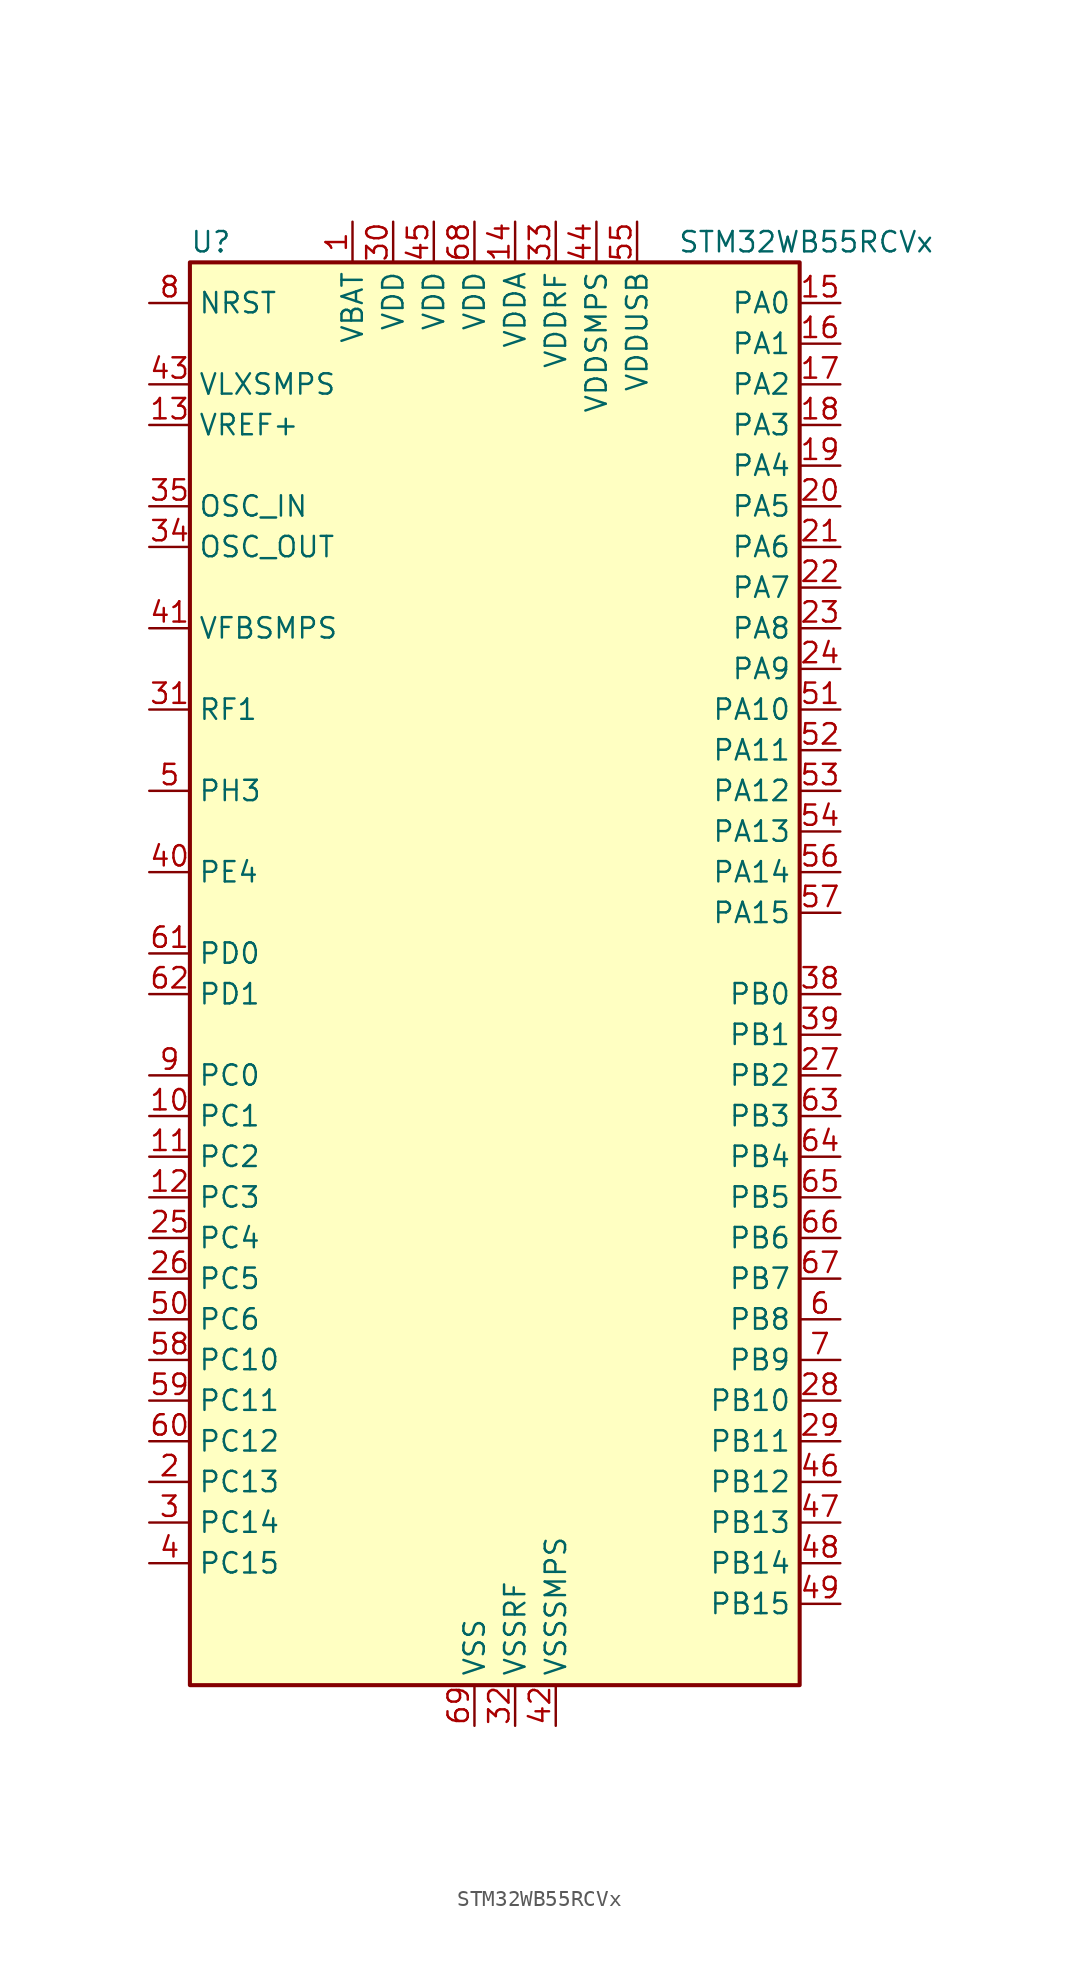
<source format=kicad_sym>
(kicad_symbol_lib
  (version 20220914)
  (generator kicad_symbol_editor)
  (symbol "STM32WB55RCVx"
    (property "Reference" "U"
      (at -17.78 46.99 0)
      (effects (font (size 1.27 1.27)) (justify left)))
    (property "Value" "STM32WB55RCVx"
      (at 12.7 46.99 0)
      (effects (font (size 1.27 1.27)) (justify left)))
    (property "ki_locked" ""
      (at 0 0 0)
      (effects (font (size 1.27 1.27))))
    (symbol "STM32WB55RCVx_0_1"
      (rectangle (start -17.78 -43.18) (end 20.32 45.72) (stroke (width 0.254) (type default)) (fill (type background))))
    (symbol "STM32WB55RCVx_1_1"
      (pin power_in line (at -7.62 48.26 270) (length 2.54) (name "VBAT" (effects (font (size 1.27 1.27)))) (number "1" (effects (font (size 1.27 1.27)))))
      (pin bidirectional line (at -20.32 -7.62 0) (length 2.54) (name "PC1" (effects (font (size 1.27 1.27)))) (number "10" (effects (font (size 1.27 1.27)))) (alternate "ADC1_IN2" bidirectional line) (alternate "I2C3_SDA" bidirectional line) (alternate "LCD_SEG19" bidirectional line) (alternate "LPTIM1_OUT" bidirectional line) (alternate "LPUART1_TX" bidirectional line) (alternate "SPI2_MOSI" bidirectional line))
      (pin bidirectional line (at -20.32 -10.16 0) (length 2.54) (name "PC2" (effects (font (size 1.27 1.27)))) (number "11" (effects (font (size 1.27 1.27)))) (alternate "ADC1_IN3" bidirectional line) (alternate "LCD_SEG20" bidirectional line) (alternate "LPTIM1_IN2" bidirectional line) (alternate "SPI2_MISO" bidirectional line))
      (pin bidirectional line (at -20.32 -12.7 0) (length 2.54) (name "PC3" (effects (font (size 1.27 1.27)))) (number "12" (effects (font (size 1.27 1.27)))) (alternate "ADC1_IN4" bidirectional line) (alternate "LCD_VLCD" bidirectional line) (alternate "LPTIM1_ETR" bidirectional line) (alternate "LPTIM2_ETR" bidirectional line) (alternate "SAI1_D1" bidirectional line) (alternate "SAI1_SD_A" bidirectional line) (alternate "SPI2_MOSI" bidirectional line))
      (pin input line (at -20.32 35.56 0) (length 2.54) (name "VREF+" (effects (font (size 1.27 1.27)))) (number "13" (effects (font (size 1.27 1.27)))) (alternate "VREFBUF_OUT" bidirectional line))
      (pin power_in line (at 2.54 48.26 270) (length 2.54) (name "VDDA" (effects (font (size 1.27 1.27)))) (number "14" (effects (font (size 1.27 1.27)))))
      (pin bidirectional line (at 22.86 43.18 180) (length 2.54) (name "PA0" (effects (font (size 1.27 1.27)))) (number "15" (effects (font (size 1.27 1.27)))) (alternate "ADC1_IN5" bidirectional line) (alternate "COMP1_INM" bidirectional line) (alternate "COMP1_OUT" bidirectional line) (alternate "RTC_TAMP2" bidirectional line) (alternate "SAI1_EXTCLK" bidirectional line) (alternate "SYS_WKUP1" bidirectional line) (alternate "TIM2_CH1" bidirectional line) (alternate "TIM2_ETR" bidirectional line))
      (pin bidirectional line (at 22.86 40.64 180) (length 2.54) (name "PA1" (effects (font (size 1.27 1.27)))) (number "16" (effects (font (size 1.27 1.27)))) (alternate "ADC1_IN6" bidirectional line) (alternate "COMP1_INP" bidirectional line) (alternate "I2C1_SMBA" bidirectional line) (alternate "LCD_SEG0" bidirectional line) (alternate "SPI1_SCK" bidirectional line) (alternate "TIM2_CH2" bidirectional line))
      (pin bidirectional line (at 22.86 38.1 180) (length 2.54) (name "PA2" (effects (font (size 1.27 1.27)))) (number "17" (effects (font (size 1.27 1.27)))) (alternate "ADC1_IN7" bidirectional line) (alternate "COMP2_INM" bidirectional line) (alternate "COMP2_OUT" bidirectional line) (alternate "LCD_SEG1" bidirectional line) (alternate "LPUART1_TX" bidirectional line) (alternate "QUADSPI_BK1_NCS" bidirectional line) (alternate "RCC_LSCO" bidirectional line) (alternate "SYS_WKUP4" bidirectional line) (alternate "TIM2_CH3" bidirectional line))
      (pin bidirectional line (at 22.86 35.56 180) (length 2.54) (name "PA3" (effects (font (size 1.27 1.27)))) (number "18" (effects (font (size 1.27 1.27)))) (alternate "ADC1_IN8" bidirectional line) (alternate "COMP2_INP" bidirectional line) (alternate "LCD_SEG2" bidirectional line) (alternate "LPUART1_RX" bidirectional line) (alternate "QUADSPI_CLK" bidirectional line) (alternate "SAI1_CK1" bidirectional line) (alternate "SAI1_MCLK_A" bidirectional line) (alternate "TIM2_CH4" bidirectional line))
      (pin bidirectional line (at 22.86 33.02 180) (length 2.54) (name "PA4" (effects (font (size 1.27 1.27)))) (number "19" (effects (font (size 1.27 1.27)))) (alternate "ADC1_IN9" bidirectional line) (alternate "COMP1_INM" bidirectional line) (alternate "COMP2_INM" bidirectional line) (alternate "LCD_SEG5" bidirectional line) (alternate "LPTIM2_OUT" bidirectional line) (alternate "SAI1_FS_B" bidirectional line) (alternate "SPI1_NSS" bidirectional line))
      (pin bidirectional line (at -20.32 -30.48 0) (length 2.54) (name "PC13" (effects (font (size 1.27 1.27)))) (number "2" (effects (font (size 1.27 1.27)))) (alternate "RTC_OUT1" bidirectional line) (alternate "RTC_TAMP1" bidirectional line) (alternate "RTC_TS" bidirectional line) (alternate "SYS_WKUP2" bidirectional line))
      (pin bidirectional line (at 22.86 30.48 180) (length 2.54) (name "PA5" (effects (font (size 1.27 1.27)))) (number "20" (effects (font (size 1.27 1.27)))) (alternate "ADC1_IN10" bidirectional line) (alternate "COMP1_INM" bidirectional line) (alternate "COMP2_INM" bidirectional line) (alternate "LPTIM2_ETR" bidirectional line) (alternate "SAI1_SD_B" bidirectional line) (alternate "SPI1_SCK" bidirectional line) (alternate "TIM2_CH1" bidirectional line) (alternate "TIM2_ETR" bidirectional line))
      (pin bidirectional line (at 22.86 27.94 180) (length 2.54) (name "PA6" (effects (font (size 1.27 1.27)))) (number "21" (effects (font (size 1.27 1.27)))) (alternate "ADC1_IN11" bidirectional line) (alternate "LCD_SEG3" bidirectional line) (alternate "LPUART1_CTS" bidirectional line) (alternate "QUADSPI_BK1_IO3" bidirectional line) (alternate "SPI1_MISO" bidirectional line) (alternate "TIM16_CH1" bidirectional line) (alternate "TIM1_BKIN" bidirectional line))
      (pin bidirectional line (at 22.86 25.4 180) (length 2.54) (name "PA7" (effects (font (size 1.27 1.27)))) (number "22" (effects (font (size 1.27 1.27)))) (alternate "ADC1_IN12" bidirectional line) (alternate "COMP2_OUT" bidirectional line) (alternate "I2C3_SCL" bidirectional line) (alternate "LCD_SEG4" bidirectional line) (alternate "QUADSPI_BK1_IO2" bidirectional line) (alternate "SPI1_MOSI" bidirectional line) (alternate "TIM17_CH1" bidirectional line) (alternate "TIM1_CH1N" bidirectional line))
      (pin bidirectional line (at 22.86 22.86 180) (length 2.54) (name "PA8" (effects (font (size 1.27 1.27)))) (number "23" (effects (font (size 1.27 1.27)))) (alternate "ADC1_IN15" bidirectional line) (alternate "LCD_COM0" bidirectional line) (alternate "LPTIM2_OUT" bidirectional line) (alternate "RCC_MCO" bidirectional line) (alternate "SAI1_CK2" bidirectional line) (alternate "SAI1_SCK_A" bidirectional line) (alternate "TIM1_CH1" bidirectional line) (alternate "USART1_CK" bidirectional line))
      (pin bidirectional line (at 22.86 20.32 180) (length 2.54) (name "PA9" (effects (font (size 1.27 1.27)))) (number "24" (effects (font (size 1.27 1.27)))) (alternate "ADC1_IN16" bidirectional line) (alternate "COMP1_INM" bidirectional line) (alternate "I2C1_SCL" bidirectional line) (alternate "LCD_COM1" bidirectional line) (alternate "SAI1_D2" bidirectional line) (alternate "SAI1_FS_A" bidirectional line) (alternate "SPI2_SCK" bidirectional line) (alternate "TIM1_CH2" bidirectional line) (alternate "USART1_TX" bidirectional line))
      (pin bidirectional line (at -20.32 -15.24 0) (length 2.54) (name "PC4" (effects (font (size 1.27 1.27)))) (number "25" (effects (font (size 1.27 1.27)))) (alternate "ADC1_IN13" bidirectional line) (alternate "COMP1_INM" bidirectional line) (alternate "LCD_SEG22" bidirectional line))
      (pin bidirectional line (at -20.32 -17.78 0) (length 2.54) (name "PC5" (effects (font (size 1.27 1.27)))) (number "26" (effects (font (size 1.27 1.27)))) (alternate "ADC1_IN14" bidirectional line) (alternate "COMP1_INP" bidirectional line) (alternate "LCD_SEG23" bidirectional line) (alternate "SAI1_D3" bidirectional line) (alternate "SYS_WKUP5" bidirectional line))
      (pin bidirectional line (at 22.86 -5.08 180) (length 2.54) (name "PB2" (effects (font (size 1.27 1.27)))) (number "27" (effects (font (size 1.27 1.27)))) (alternate "COMP1_INP" bidirectional line) (alternate "I2C3_SMBA" bidirectional line) (alternate "LCD_VLCD" bidirectional line) (alternate "LPTIM1_OUT" bidirectional line) (alternate "RTC_OUT2" bidirectional line) (alternate "SAI1_EXTCLK" bidirectional line) (alternate "SPI1_NSS" bidirectional line))
      (pin bidirectional line (at 22.86 -25.4 180) (length 2.54) (name "PB10" (effects (font (size 1.27 1.27)))) (number "28" (effects (font (size 1.27 1.27)))) (alternate "COMP1_OUT" bidirectional line) (alternate "I2C3_SCL" bidirectional line) (alternate "LCD_SEG10" bidirectional line) (alternate "LPUART1_RX" bidirectional line) (alternate "QUADSPI_CLK" bidirectional line) (alternate "SAI1_SCK_A" bidirectional line) (alternate "SPI2_SCK" bidirectional line) (alternate "TIM2_CH3" bidirectional line) (alternate "TSC_SYNC" bidirectional line))
      (pin bidirectional line (at 22.86 -27.94 180) (length 2.54) (name "PB11" (effects (font (size 1.27 1.27)))) (number "29" (effects (font (size 1.27 1.27)))) (alternate "ADC1_EXTI11" bidirectional line) (alternate "COMP2_OUT" bidirectional line) (alternate "I2C3_SDA" bidirectional line) (alternate "LCD_SEG11" bidirectional line) (alternate "LPUART1_TX" bidirectional line) (alternate "QUADSPI_BK1_NCS" bidirectional line) (alternate "TIM2_CH4" bidirectional line))
      (pin bidirectional line (at -20.32 -33.02 0) (length 2.54) (name "PC14" (effects (font (size 1.27 1.27)))) (number "3" (effects (font (size 1.27 1.27)))) (alternate "RCC_OSC32_IN" bidirectional line))
      (pin power_in line (at -5.08 48.26 270) (length 2.54) (name "VDD" (effects (font (size 1.27 1.27)))) (number "30" (effects (font (size 1.27 1.27)))))
      (pin bidirectional line (at -20.32 17.78 0) (length 2.54) (name "RF1" (effects (font (size 1.27 1.27)))) (number "31" (effects (font (size 1.27 1.27)))) (alternate "RF_RF1" bidirectional line))
      (pin power_in line (at 2.54 -45.72 90) (length 2.54) (name "VSSRF" (effects (font (size 1.27 1.27)))) (number "32" (effects (font (size 1.27 1.27)))))
      (pin power_in line (at 5.08 48.26 270) (length 2.54) (name "VDDRF" (effects (font (size 1.27 1.27)))) (number "33" (effects (font (size 1.27 1.27)))))
      (pin input line (at -20.32 27.94 0) (length 2.54) (name "OSC_OUT" (effects (font (size 1.27 1.27)))) (number "34" (effects (font (size 1.27 1.27)))) (alternate "RCC_OSC_OUT" bidirectional line))
      (pin input line (at -20.32 30.48 0) (length 2.54) (name "OSC_IN" (effects (font (size 1.27 1.27)))) (number "35" (effects (font (size 1.27 1.27)))) (alternate "RCC_OSC_IN" bidirectional line))
      (pin no_connect line (at -17.78 -43.18 0) (length 2.54) hide (name "AT0" (effects (font (size 1.27 1.27)))) (number "36" (effects (font (size 1.27 1.27)))))
      (pin no_connect line (at -17.78 -40.64 0) (length 2.54) hide (name "AT1" (effects (font (size 1.27 1.27)))) (number "37" (effects (font (size 1.27 1.27)))))
      (pin bidirectional line (at 22.86 0 180) (length 2.54) (name "PB0" (effects (font (size 1.27 1.27)))) (number "38" (effects (font (size 1.27 1.27)))) (alternate "COMP1_OUT" bidirectional line) (alternate "RF_TX_MOD_EXT_PA" bidirectional line))
      (pin bidirectional line (at 22.86 -2.54 180) (length 2.54) (name "PB1" (effects (font (size 1.27 1.27)))) (number "39" (effects (font (size 1.27 1.27)))) (alternate "LPTIM2_IN1" bidirectional line) (alternate "LPUART1_DE" bidirectional line) (alternate "LPUART1_RTS" bidirectional line))
      (pin bidirectional line (at -20.32 -35.56 0) (length 2.54) (name "PC15" (effects (font (size 1.27 1.27)))) (number "4" (effects (font (size 1.27 1.27)))) (alternate "ADC1_EXTI15" bidirectional line) (alternate "RCC_OSC32_OUT" bidirectional line))
      (pin bidirectional line (at -20.32 7.62 0) (length 2.54) (name "PE4" (effects (font (size 1.27 1.27)))) (number "40" (effects (font (size 1.27 1.27)))))
      (pin input line (at -20.32 22.86 0) (length 2.54) (name "VFBSMPS" (effects (font (size 1.27 1.27)))) (number "41" (effects (font (size 1.27 1.27)))))
      (pin power_in line (at 5.08 -45.72 90) (length 2.54) (name "VSSSMPS" (effects (font (size 1.27 1.27)))) (number "42" (effects (font (size 1.27 1.27)))))
      (pin power_in line (at -20.32 38.1 0) (length 2.54) (name "VLXSMPS" (effects (font (size 1.27 1.27)))) (number "43" (effects (font (size 1.27 1.27)))))
      (pin power_in line (at 7.62 48.26 270) (length 2.54) (name "VDDSMPS" (effects (font (size 1.27 1.27)))) (number "44" (effects (font (size 1.27 1.27)))))
      (pin power_in line (at -2.54 48.26 270) (length 2.54) (name "VDD" (effects (font (size 1.27 1.27)))) (number "45" (effects (font (size 1.27 1.27)))))
      (pin bidirectional line (at 22.86 -30.48 180) (length 2.54) (name "PB12" (effects (font (size 1.27 1.27)))) (number "46" (effects (font (size 1.27 1.27)))) (alternate "I2C3_SMBA" bidirectional line) (alternate "LCD_SEG12" bidirectional line) (alternate "LPUART1_DE" bidirectional line) (alternate "LPUART1_RTS" bidirectional line) (alternate "SAI1_FS_A" bidirectional line) (alternate "SPI2_NSS" bidirectional line) (alternate "TIM1_BKIN" bidirectional line) (alternate "TSC_G1_IO1" bidirectional line))
      (pin bidirectional line (at 22.86 -33.02 180) (length 2.54) (name "PB13" (effects (font (size 1.27 1.27)))) (number "47" (effects (font (size 1.27 1.27)))) (alternate "I2C3_SCL" bidirectional line) (alternate "LCD_SEG13" bidirectional line) (alternate "LPUART1_CTS" bidirectional line) (alternate "SAI1_SCK_A" bidirectional line) (alternate "SPI2_SCK" bidirectional line) (alternate "TIM1_CH1N" bidirectional line) (alternate "TSC_G1_IO2" bidirectional line))
      (pin bidirectional line (at 22.86 -35.56 180) (length 2.54) (name "PB14" (effects (font (size 1.27 1.27)))) (number "48" (effects (font (size 1.27 1.27)))) (alternate "I2C3_SDA" bidirectional line) (alternate "LCD_SEG14" bidirectional line) (alternate "SAI1_MCLK_A" bidirectional line) (alternate "SPI2_MISO" bidirectional line) (alternate "TIM1_CH2N" bidirectional line) (alternate "TSC_G1_IO3" bidirectional line))
      (pin bidirectional line (at 22.86 -38.1 180) (length 2.54) (name "PB15" (effects (font (size 1.27 1.27)))) (number "49" (effects (font (size 1.27 1.27)))) (alternate "ADC1_EXTI15" bidirectional line) (alternate "LCD_SEG15" bidirectional line) (alternate "RTC_REFIN" bidirectional line) (alternate "SAI1_SD_A" bidirectional line) (alternate "SPI2_MOSI" bidirectional line) (alternate "TIM1_CH3N" bidirectional line) (alternate "TSC_G1_IO4" bidirectional line))
      (pin bidirectional line (at -20.32 12.7 0) (length 2.54) (name "PH3" (effects (font (size 1.27 1.27)))) (number "5" (effects (font (size 1.27 1.27)))) (alternate "RCC_LSCO" bidirectional line))
      (pin bidirectional line (at -20.32 -20.32 0) (length 2.54) (name "PC6" (effects (font (size 1.27 1.27)))) (number "50" (effects (font (size 1.27 1.27)))) (alternate "LCD_SEG24" bidirectional line))
      (pin bidirectional line (at 22.86 17.78 180) (length 2.54) (name "PA10" (effects (font (size 1.27 1.27)))) (number "51" (effects (font (size 1.27 1.27)))) (alternate "CRS_SYNC" bidirectional line) (alternate "I2C1_SDA" bidirectional line) (alternate "LCD_COM2" bidirectional line) (alternate "SAI1_D1" bidirectional line) (alternate "SAI1_SD_A" bidirectional line) (alternate "TIM17_BKIN" bidirectional line) (alternate "TIM1_CH3" bidirectional line) (alternate "USART1_RX" bidirectional line))
      (pin bidirectional line (at 22.86 15.24 180) (length 2.54) (name "PA11" (effects (font (size 1.27 1.27)))) (number "52" (effects (font (size 1.27 1.27)))) (alternate "ADC1_EXTI11" bidirectional line) (alternate "SPI1_MISO" bidirectional line) (alternate "TIM1_BKIN2" bidirectional line) (alternate "TIM1_CH4" bidirectional line) (alternate "USART1_CTS" bidirectional line) (alternate "USART1_NSS" bidirectional line) (alternate "USB_DM" bidirectional line))
      (pin bidirectional line (at 22.86 12.7 180) (length 2.54) (name "PA12" (effects (font (size 1.27 1.27)))) (number "53" (effects (font (size 1.27 1.27)))) (alternate "LPUART1_RX" bidirectional line) (alternate "SPI1_MOSI" bidirectional line) (alternate "TIM1_ETR" bidirectional line) (alternate "USART1_DE" bidirectional line) (alternate "USART1_RTS" bidirectional line) (alternate "USB_DP" bidirectional line))
      (pin bidirectional line (at 22.86 10.16 180) (length 2.54) (name "PA13" (effects (font (size 1.27 1.27)))) (number "54" (effects (font (size 1.27 1.27)))) (alternate "IR_OUT" bidirectional line) (alternate "SAI1_SD_B" bidirectional line) (alternate "SYS_JTMS-SWDIO" bidirectional line) (alternate "USB_NOE" bidirectional line))
      (pin power_in line (at 10.16 48.26 270) (length 2.54) (name "VDDUSB" (effects (font (size 1.27 1.27)))) (number "55" (effects (font (size 1.27 1.27)))))
      (pin bidirectional line (at 22.86 7.62 180) (length 2.54) (name "PA14" (effects (font (size 1.27 1.27)))) (number "56" (effects (font (size 1.27 1.27)))) (alternate "I2C1_SMBA" bidirectional line) (alternate "LCD_SEG5" bidirectional line) (alternate "LPTIM1_OUT" bidirectional line) (alternate "SAI1_FS_B" bidirectional line) (alternate "SYS_JTCK-SWCLK" bidirectional line))
      (pin bidirectional line (at 22.86 5.08 180) (length 2.54) (name "PA15" (effects (font (size 1.27 1.27)))) (number "57" (effects (font (size 1.27 1.27)))) (alternate "ADC1_EXTI15" bidirectional line) (alternate "LCD_SEG17" bidirectional line) (alternate "RCC_MCO" bidirectional line) (alternate "SPI1_NSS" bidirectional line) (alternate "SYS_JTDI" bidirectional line) (alternate "TIM2_CH1" bidirectional line) (alternate "TIM2_ETR" bidirectional line) (alternate "TSC_G3_IO1" bidirectional line))
      (pin bidirectional line (at -20.32 -22.86 0) (length 2.54) (name "PC10" (effects (font (size 1.27 1.27)))) (number "58" (effects (font (size 1.27 1.27)))) (alternate "LCD_COM4" bidirectional line) (alternate "LCD_SEG28" bidirectional line) (alternate "LCD_SEG40" bidirectional line) (alternate "SYS_TRACED1" bidirectional line) (alternate "TSC_G3_IO2" bidirectional line))
      (pin bidirectional line (at -20.32 -25.4 0) (length 2.54) (name "PC11" (effects (font (size 1.27 1.27)))) (number "59" (effects (font (size 1.27 1.27)))) (alternate "ADC1_EXTI11" bidirectional line) (alternate "LCD_COM5" bidirectional line) (alternate "LCD_SEG29" bidirectional line) (alternate "LCD_SEG41" bidirectional line) (alternate "TSC_G3_IO3" bidirectional line))
      (pin bidirectional line (at 22.86 -20.32 180) (length 2.54) (name "PB8" (effects (font (size 1.27 1.27)))) (number "6" (effects (font (size 1.27 1.27)))) (alternate "I2C1_SCL" bidirectional line) (alternate "LCD_SEG16" bidirectional line) (alternate "QUADSPI_BK1_IO1" bidirectional line) (alternate "SAI1_CK1" bidirectional line) (alternate "SAI1_MCLK_A" bidirectional line) (alternate "TIM16_CH1" bidirectional line) (alternate "TIM1_CH2N" bidirectional line))
      (pin bidirectional line (at -20.32 -27.94 0) (length 2.54) (name "PC12" (effects (font (size 1.27 1.27)))) (number "60" (effects (font (size 1.27 1.27)))) (alternate "LCD_COM6" bidirectional line) (alternate "LCD_SEG30" bidirectional line) (alternate "LCD_SEG42" bidirectional line) (alternate "RCC_LSCO" bidirectional line) (alternate "RTC_TAMP3" bidirectional line) (alternate "SYS_TRACED3" bidirectional line) (alternate "SYS_WKUP3" bidirectional line) (alternate "TSC_G3_IO4" bidirectional line))
      (pin bidirectional line (at -20.32 2.54 0) (length 2.54) (name "PD0" (effects (font (size 1.27 1.27)))) (number "61" (effects (font (size 1.27 1.27)))) (alternate "SPI2_NSS" bidirectional line))
      (pin bidirectional line (at -20.32 0 0) (length 2.54) (name "PD1" (effects (font (size 1.27 1.27)))) (number "62" (effects (font (size 1.27 1.27)))) (alternate "SPI2_SCK" bidirectional line))
      (pin bidirectional line (at 22.86 -7.62 180) (length 2.54) (name "PB3" (effects (font (size 1.27 1.27)))) (number "63" (effects (font (size 1.27 1.27)))) (alternate "COMP2_INM" bidirectional line) (alternate "LCD_SEG7" bidirectional line) (alternate "SAI1_SCK_B" bidirectional line) (alternate "SPI1_SCK" bidirectional line) (alternate "SYS_JTDO-SWO" bidirectional line) (alternate "TIM2_CH2" bidirectional line) (alternate "USART1_DE" bidirectional line) (alternate "USART1_RTS" bidirectional line))
      (pin bidirectional line (at 22.86 -10.16 180) (length 2.54) (name "PB4" (effects (font (size 1.27 1.27)))) (number "64" (effects (font (size 1.27 1.27)))) (alternate "COMP2_INP" bidirectional line) (alternate "I2C3_SDA" bidirectional line) (alternate "LCD_SEG8" bidirectional line) (alternate "SAI1_MCLK_B" bidirectional line) (alternate "SPI1_MISO" bidirectional line) (alternate "SYS_JTRST" bidirectional line) (alternate "TIM17_BKIN" bidirectional line) (alternate "TSC_G2_IO1" bidirectional line) (alternate "USART1_CTS" bidirectional line) (alternate "USART1_NSS" bidirectional line))
      (pin bidirectional line (at 22.86 -12.7 180) (length 2.54) (name "PB5" (effects (font (size 1.27 1.27)))) (number "65" (effects (font (size 1.27 1.27)))) (alternate "COMP2_OUT" bidirectional line) (alternate "I2C1_SMBA" bidirectional line) (alternate "LCD_SEG9" bidirectional line) (alternate "LPTIM1_IN1" bidirectional line) (alternate "LPUART1_TX" bidirectional line) (alternate "SAI1_SD_B" bidirectional line) (alternate "SPI1_MOSI" bidirectional line) (alternate "TIM16_BKIN" bidirectional line) (alternate "TSC_G2_IO2" bidirectional line) (alternate "USART1_CK" bidirectional line))
      (pin bidirectional line (at 22.86 -15.24 180) (length 2.54) (name "PB6" (effects (font (size 1.27 1.27)))) (number "66" (effects (font (size 1.27 1.27)))) (alternate "COMP2_INP" bidirectional line) (alternate "I2C1_SCL" bidirectional line) (alternate "LCD_SEG6" bidirectional line) (alternate "LPTIM1_ETR" bidirectional line) (alternate "RCC_MCO" bidirectional line) (alternate "SAI1_FS_B" bidirectional line) (alternate "TIM16_CH1N" bidirectional line) (alternate "TSC_G2_IO3" bidirectional line) (alternate "USART1_TX" bidirectional line))
      (pin bidirectional line (at 22.86 -17.78 180) (length 2.54) (name "PB7" (effects (font (size 1.27 1.27)))) (number "67" (effects (font (size 1.27 1.27)))) (alternate "COMP2_INM" bidirectional line) (alternate "I2C1_SDA" bidirectional line) (alternate "LCD_SEG21" bidirectional line) (alternate "LPTIM1_IN2" bidirectional line) (alternate "SYS_PVD_IN" bidirectional line) (alternate "TIM17_CH1N" bidirectional line) (alternate "TIM1_BKIN" bidirectional line) (alternate "TSC_G2_IO4" bidirectional line) (alternate "USART1_RX" bidirectional line))
      (pin power_in line (at 0 48.26 270) (length 2.54) (name "VDD" (effects (font (size 1.27 1.27)))) (number "68" (effects (font (size 1.27 1.27)))))
      (pin power_in line (at 0 -45.72 90) (length 2.54) (name "VSS" (effects (font (size 1.27 1.27)))) (number "69" (effects (font (size 1.27 1.27)))))
      (pin bidirectional line (at 22.86 -22.86 180) (length 2.54) (name "PB9" (effects (font (size 1.27 1.27)))) (number "7" (effects (font (size 1.27 1.27)))) (alternate "I2C1_SDA" bidirectional line) (alternate "IR_OUT" bidirectional line) (alternate "LCD_COM3" bidirectional line) (alternate "QUADSPI_BK1_IO0" bidirectional line) (alternate "SAI1_D2" bidirectional line) (alternate "SAI1_FS_A" bidirectional line) (alternate "SPI2_NSS" bidirectional line) (alternate "TIM17_CH1" bidirectional line) (alternate "TIM1_CH3N" bidirectional line))
      (pin input line (at -20.32 43.18 0) (length 2.54) (name "NRST" (effects (font (size 1.27 1.27)))) (number "8" (effects (font (size 1.27 1.27)))))
      (pin bidirectional line (at -20.32 -5.08 0) (length 2.54) (name "PC0" (effects (font (size 1.27 1.27)))) (number "9" (effects (font (size 1.27 1.27)))) (alternate "ADC1_IN1" bidirectional line) (alternate "I2C3_SCL" bidirectional line) (alternate "LCD_SEG18" bidirectional line) (alternate "LPTIM1_IN1" bidirectional line) (alternate "LPTIM2_IN1" bidirectional line) (alternate "LPUART1_RX" bidirectional line)))))
</source>
